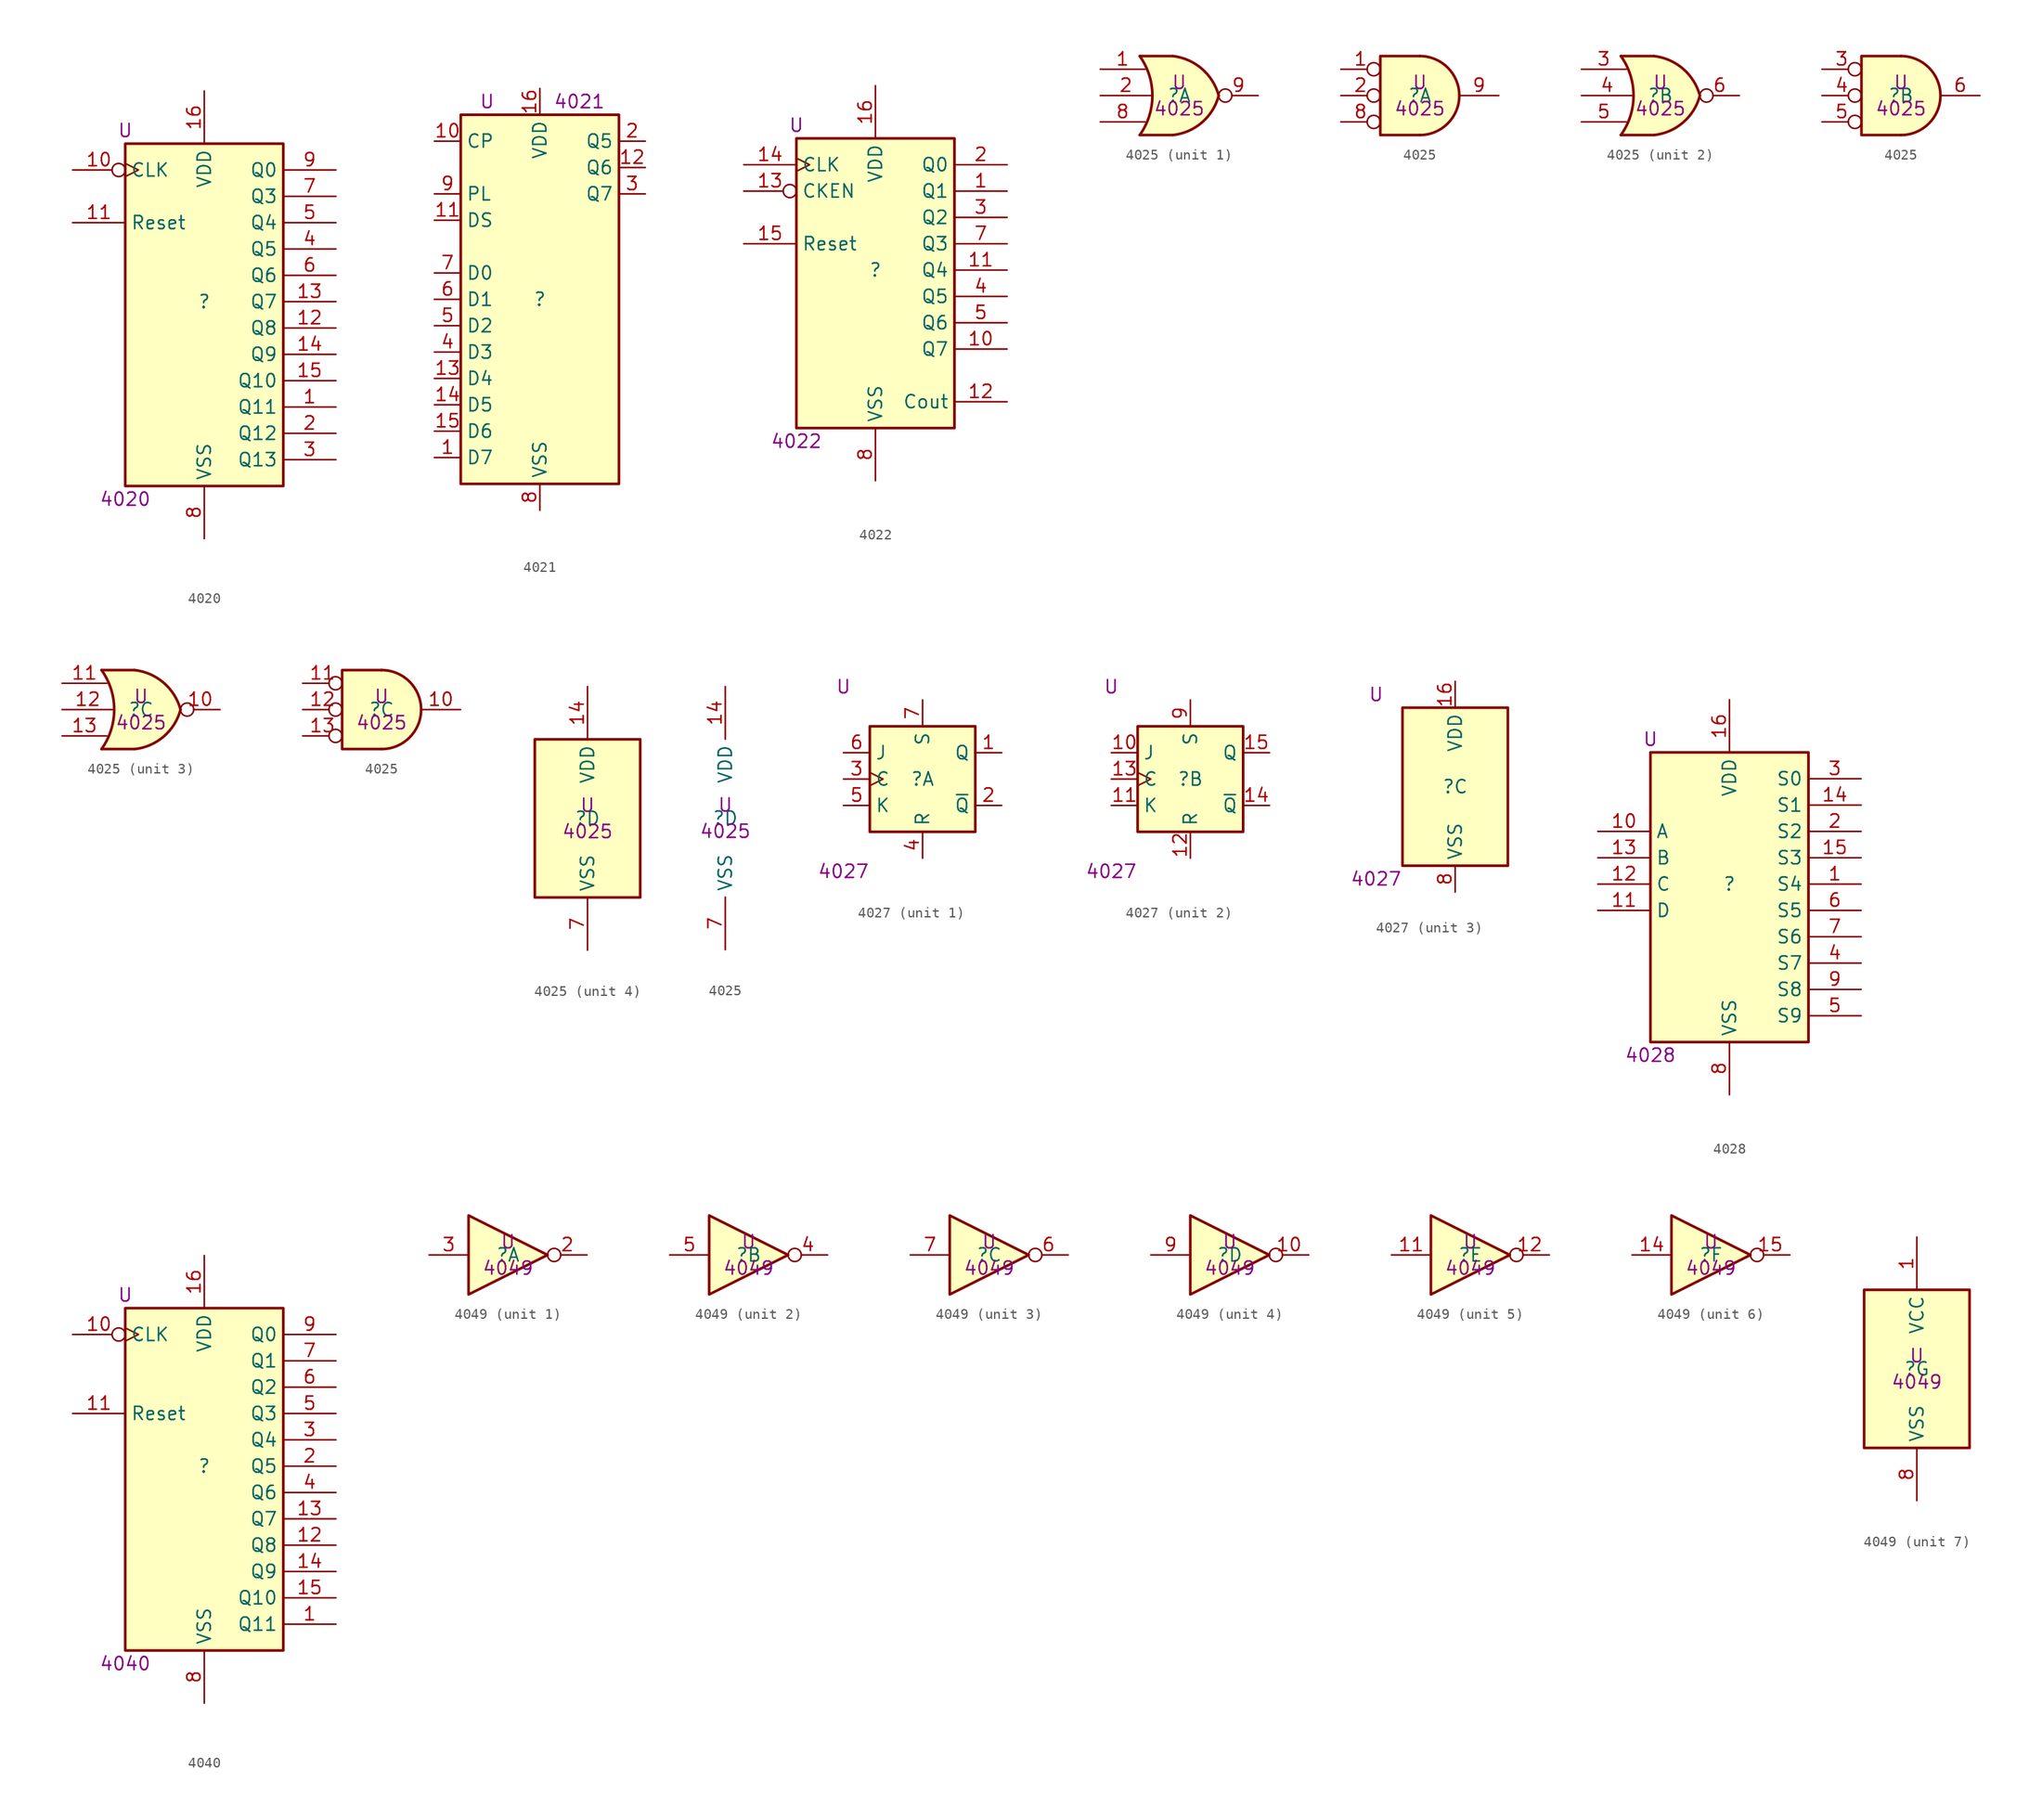
<source format=kicad_sym>
(kicad_symbol_lib
  (version 20200126)
  (host kicad_symbol_editor "(5.99.0-1075-g01a6d0067)")
  (symbol "4020"
    (property "ki_reference" "U"
      (at -7.62 16.51 0))
    (property "ki_value" "4020"
      (at -7.62 -19.05 0))
    (property "ki_locked" ""
      (at 0 0 0))
    (symbol "4020_1_1"
      (rectangle (start -7.62 15.24) (end 7.62 -17.78) (stroke (width 0.254)) (fill (type background))))
    (symbol "4020_1_0"
      (pin output line (at 12.7 -10.16 180) (length 5.08) (name "Q11") (number "1"))
      (pin input inverted_clock (at -12.7 12.7 0) (length 5.08) (name "CLK") (number "10"))
      (pin input line (at -12.7 7.62 0) (length 5.08) (name "Reset") (number "11"))
      (pin output line (at 12.7 -2.54 180) (length 5.08) (name "Q8") (number "12"))
      (pin output line (at 12.7 0 180) (length 5.08) (name "Q7") (number "13"))
      (pin output line (at 12.7 -5.08 180) (length 5.08) (name "Q9") (number "14"))
      (pin output line (at 12.7 -7.62 180) (length 5.08) (name "Q10") (number "15"))
      (pin power_in line (at 0 20.32 270) (length 5.08) (name "VDD") (number "16"))
      (pin output line (at 12.7 -12.7 180) (length 5.08) (name "Q12") (number "2"))
      (pin output line (at 12.7 -15.24 180) (length 5.08) (name "Q13") (number "3"))
      (pin output line (at 12.7 5.08 180) (length 5.08) (name "Q5") (number "4"))
      (pin output line (at 12.7 7.62 180) (length 5.08) (name "Q4") (number "5"))
      (pin output line (at 12.7 2.54 180) (length 5.08) (name "Q6") (number "6"))
      (pin output line (at 12.7 10.16 180) (length 5.08) (name "Q3") (number "7"))
      (pin power_in line (at 0 -22.86 90) (length 5.08) (name "VSS") (number "8"))
      (pin output line (at 12.7 12.7 180) (length 5.08) (name "Q0") (number "9"))))
  (symbol "4021"
    (pin_names
      (offset 0.508))
    (property "ki_reference" "U"
      (at -5.08 19.05 0))
    (property "ki_value" "4021"
      (at 3.81 19.05 0))
    (symbol "4021_0_1"
      (rectangle (start -7.62 17.78) (end 7.62 -17.78) (stroke (width 0.254)) (fill (type background))))
    (symbol "4021_1_1"
      (pin input line (at -10.16 -15.24 0) (length 2.54) (name "D7") (number "1"))
      (pin input line (at -10.16 15.24 0) (length 2.54) (name "CP") (number "10"))
      (pin input line (at -10.16 7.62 0) (length 2.54) (name "DS") (number "11"))
      (pin output line (at 10.16 12.7 180) (length 2.54) (name "Q6") (number "12"))
      (pin input line (at -10.16 -7.62 0) (length 2.54) (name "D4") (number "13"))
      (pin input line (at -10.16 -10.16 0) (length 2.54) (name "D5") (number "14"))
      (pin input line (at -10.16 -12.7 0) (length 2.54) (name "D6") (number "15"))
      (pin power_in line (at 0 20.32 270) (length 2.54) (name "VDD") (number "16"))
      (pin output line (at 10.16 15.24 180) (length 2.54) (name "Q5") (number "2"))
      (pin output line (at 10.16 10.16 180) (length 2.54) (name "Q7") (number "3"))
      (pin input line (at -10.16 -5.08 0) (length 2.54) (name "D3") (number "4"))
      (pin input line (at -10.16 -2.54 0) (length 2.54) (name "D2") (number "5"))
      (pin input line (at -10.16 0 0) (length 2.54) (name "D1") (number "6"))
      (pin input line (at -10.16 2.54 0) (length 2.54) (name "D0") (number "7"))
      (pin power_in line (at 0 -20.32 90) (length 2.54) (name "VSS") (number "8"))
      (pin input line (at -10.16 10.16 0) (length 2.54) (name "PL") (number "9"))))
  (symbol "4022"
    (property "ki_reference" "U"
      (at -7.62 13.97 0))
    (property "ki_value" "4022"
      (at -7.62 -16.51 0))
    (property "ki_locked" ""
      (at 0 0 0))
    (symbol "4022_1_1"
      (rectangle (start -7.62 12.7) (end 7.62 -15.24) (stroke (width 0.254)) (fill (type background))))
    (symbol "4022_1_0"
      (pin output line (at 12.7 7.62 180) (length 5.08) (name "Q1") (number "1"))
      (pin output line (at 12.7 -7.62 180) (length 5.08) (name "Q7") (number "10"))
      (pin output line (at 12.7 0 180) (length 5.08) (name "Q4") (number "11"))
      (pin output line (at 12.7 -12.7 180) (length 5.08) (name "Cout") (number "12"))
      (pin input inverted (at -12.7 7.62 0) (length 5.08) (name "CKEN") (number "13"))
      (pin input clock (at -12.7 10.16 0) (length 5.08) (name "CLK") (number "14"))
      (pin input line (at -12.7 2.54 0) (length 5.08) (name "Reset") (number "15"))
      (pin power_in line (at 0 17.78 270) (length 5.08) (name "VDD") (number "16"))
      (pin output line (at 12.7 10.16 180) (length 5.08) (name "Q0") (number "2"))
      (pin output line (at 12.7 5.08 180) (length 5.08) (name "Q2") (number "3"))
      (pin output line (at 12.7 -2.54 180) (length 5.08) (name "Q5") (number "4"))
      (pin output line (at 12.7 -5.08 180) (length 5.08) (name "Q6") (number "5"))
      (pin output line (at 12.7 2.54 180) (length 5.08) (name "Q3") (number "7"))
      (pin power_in line (at 0 -20.32 90) (length 5.08) (name "VSS") (number "8"))))
  (symbol "4025"
    (property "ki_reference" "U"
      (at 0 1.27 0))
    (property "ki_value" "4025"
      (at 0 -1.27 0))
    (property "ki_locked" ""
      (at 0 0 0))
    (symbol "4025_1_1"
      (arc (start -3.81 3.81) (end -3.81 -3.81) (radius (at -9.144 0) (length 6.5532) (angles 35.4 -35.4)) (stroke (width 0.254)))
      (arc (start 3.81 0) (end -0.6096 3.81) (radius (at -1.1938 -1.3208) (length 5.1816) (angles 15 83.7)) (stroke (width 0.254)) (fill (type background)))
      (arc (start 3.81 0) (end -0.6096 -3.81) (radius (at -1.1938 1.3208) (length 5.1816) (angles -15 -83.7)) (stroke (width 0.254)) (fill (type background)))
      (polyline (pts (xy -3.81 -3.81) (xy -0.635 -3.81)) (stroke (width 0.254)) (fill (type background)))
      (polyline (pts (xy -3.81 3.81) (xy -0.635 3.81)) (stroke (width 0.254)) (fill (type background)))
      (polyline (pts (xy -0.635 3.81) (xy -3.81 3.81) (xy -3.81 3.81) (xy -3.556 3.404) (xy -3.023 2.261) (xy -2.692 1.041) (xy -2.616 -0.254) (xy -2.769 -1.499) (xy -3.175 -2.718) (xy -3.81 -3.81) (xy -3.81 -3.81) (xy -0.635 -3.81)) (stroke (width -25.4)) (fill (type background)))
      (pin input line (at -7.62 2.54 0) (length 4.318) (name "~") (number "1"))
      (pin input line (at -7.62 0 0) (length 4.953) (name "~") (number "2"))
      (pin input line (at -7.62 -2.54 0) (length 4.318) (name "~") (number "8"))
      (pin output inverted (at 7.62 0 180) (length 3.81) (name "~") (number "9")))
    (symbol "4025_2_1"
      (arc (start -3.81 3.81) (end -3.81 -3.81) (radius (at -9.144 0) (length 6.5532) (angles 35.4 -35.4)) (stroke (width 0.254)))
      (arc (start 3.81 0) (end -0.6096 3.81) (radius (at -1.1938 -1.3208) (length 5.1816) (angles 15 83.7)) (stroke (width 0.254)) (fill (type background)))
      (arc (start 3.81 0) (end -0.6096 -3.81) (radius (at -1.1938 1.3208) (length 5.1816) (angles -15 -83.7)) (stroke (width 0.254)) (fill (type background)))
      (polyline (pts (xy -3.81 -3.81) (xy -0.635 -3.81)) (stroke (width 0.254)) (fill (type background)))
      (polyline (pts (xy -3.81 3.81) (xy -0.635 3.81)) (stroke (width 0.254)) (fill (type background)))
      (polyline (pts (xy -0.635 3.81) (xy -3.81 3.81) (xy -3.81 3.81) (xy -3.556 3.404) (xy -3.023 2.261) (xy -2.692 1.041) (xy -2.616 -0.254) (xy -2.769 -1.499) (xy -3.175 -2.718) (xy -3.81 -3.81) (xy -3.81 -3.81) (xy -0.635 -3.81)) (stroke (width -25.4)) (fill (type background)))
      (pin input line (at -7.62 2.54 0) (length 4.318) (name "~") (number "3"))
      (pin input line (at -7.62 0 0) (length 4.953) (name "~") (number "4"))
      (pin input line (at -7.62 -2.54 0) (length 4.318) (name "~") (number "5"))
      (pin output inverted (at 7.62 0 180) (length 3.81) (name "~") (number "6")))
    (symbol "4025_3_1"
      (arc (start -3.81 3.81) (end -3.81 -3.81) (radius (at -9.144 0) (length 6.5532) (angles 35.4 -35.4)) (stroke (width 0.254)))
      (arc (start 3.81 0) (end -0.6096 3.81) (radius (at -1.1938 -1.3208) (length 5.1816) (angles 15 83.7)) (stroke (width 0.254)) (fill (type background)))
      (arc (start 3.81 0) (end -0.6096 -3.81) (radius (at -1.1938 1.3208) (length 5.1816) (angles -15 -83.7)) (stroke (width 0.254)) (fill (type background)))
      (polyline (pts (xy -3.81 -3.81) (xy -0.635 -3.81)) (stroke (width 0.254)) (fill (type background)))
      (polyline (pts (xy -3.81 3.81) (xy -0.635 3.81)) (stroke (width 0.254)) (fill (type background)))
      (polyline (pts (xy -0.635 3.81) (xy -3.81 3.81) (xy -3.81 3.81) (xy -3.556 3.404) (xy -3.023 2.261) (xy -2.692 1.041) (xy -2.616 -0.254) (xy -2.769 -1.499) (xy -3.175 -2.718) (xy -3.81 -3.81) (xy -3.81 -3.81) (xy -0.635 -3.81)) (stroke (width -25.4)) (fill (type background)))
      (pin output inverted (at 7.62 0 180) (length 3.81) (name "~") (number "10"))
      (pin input line (at -7.62 2.54 0) (length 4.318) (name "~") (number "11"))
      (pin input line (at -7.62 0 0) (length 4.953) (name "~") (number "12"))
      (pin input line (at -7.62 -2.54 0) (length 4.318) (name "~") (number "13")))
    (symbol "4025_1_2"
      (arc (start 0 -3.81) (end 0 3.81) (radius (at 0 0) (length 3.81) (angles -89.9 89.9)) (stroke (width 0.254)) (fill (type background)))
      (polyline (pts (xy 0 3.81) (xy -3.81 3.81) (xy -3.81 -3.81) (xy 0 -3.81)) (stroke (width 0.254)) (fill (type background)))
      (pin input inverted (at -7.62 2.54 0) (length 3.81) (name "~") (number "1"))
      (pin input inverted (at -7.62 0 0) (length 3.81) (name "~") (number "2"))
      (pin input inverted (at -7.62 -2.54 0) (length 3.81) (name "~") (number "8"))
      (pin output line (at 7.62 0 180) (length 3.81) (name "~") (number "9")))
    (symbol "4025_2_2"
      (arc (start 0 -3.81) (end 0 3.81) (radius (at 0 0) (length 3.81) (angles -89.9 89.9)) (stroke (width 0.254)) (fill (type background)))
      (polyline (pts (xy 0 3.81) (xy -3.81 3.81) (xy -3.81 -3.81) (xy 0 -3.81)) (stroke (width 0.254)) (fill (type background)))
      (pin input inverted (at -7.62 2.54 0) (length 3.81) (name "~") (number "3"))
      (pin input inverted (at -7.62 0 0) (length 3.81) (name "~") (number "4"))
      (pin input inverted (at -7.62 -2.54 0) (length 3.81) (name "~") (number "5"))
      (pin output line (at 7.62 0 180) (length 3.81) (name "~") (number "6")))
    (symbol "4025_3_2"
      (arc (start 0 -3.81) (end 0 3.81) (radius (at 0 0) (length 3.81) (angles -89.9 89.9)) (stroke (width 0.254)) (fill (type background)))
      (polyline (pts (xy 0 3.81) (xy -3.81 3.81) (xy -3.81 -3.81) (xy 0 -3.81)) (stroke (width 0.254)) (fill (type background)))
      (pin output line (at 7.62 0 180) (length 3.81) (name "~") (number "10"))
      (pin input inverted (at -7.62 2.54 0) (length 3.81) (name "~") (number "11"))
      (pin input inverted (at -7.62 0 0) (length 3.81) (name "~") (number "12"))
      (pin input inverted (at -7.62 -2.54 0) (length 3.81) (name "~") (number "13")))
    (symbol "4025_4_1"
      (rectangle (start -5.08 7.62) (end 5.08 -7.62) (stroke (width 0.254)) (fill (type background))))
    (symbol "4025_4_0"
      (pin power_in line (at 0 12.7 270) (length 5.08) (name "VDD") (number "14"))
      (pin power_in line (at 0 -12.7 90) (length 5.08) (name "VSS") (number "7"))))
  (symbol "4027"
    (property "ki_reference" "U"
      (at -7.62 8.89 0))
    (property "ki_value" "4027"
      (at -7.62 -8.89 0))
    (property "ki_locked" ""
      (at 0 0 0))
    (symbol "4027_1_1"
      (rectangle (start -5.08 5.08) (end 5.08 -5.08) (stroke (width 0.254)) (fill (type background)))
      (pin output line (at 7.62 2.54 180) (length 2.54) (name "Q") (number "1"))
      (pin output line (at 7.62 -2.54 180) (length 2.54) (name "~Q") (number "2"))
      (pin input clock (at -7.62 0 0) (length 2.54) (name "C") (number "3"))
      (pin input line (at 0 -7.62 90) (length 2.54) (name "R") (number "4"))
      (pin input line (at -7.62 -2.54 0) (length 2.54) (name "K") (number "5"))
      (pin input line (at -7.62 2.54 0) (length 2.54) (name "J") (number "6"))
      (pin input line (at 0 7.62 270) (length 2.54) (name "S") (number "7")))
    (symbol "4027_2_1"
      (rectangle (start -5.08 5.08) (end 5.08 -5.08) (stroke (width 0.254)) (fill (type background)))
      (pin input line (at -7.62 2.54 0) (length 2.54) (name "J") (number "10"))
      (pin input line (at -7.62 -2.54 0) (length 2.54) (name "K") (number "11"))
      (pin input line (at 0 -7.62 90) (length 2.54) (name "R") (number "12"))
      (pin input clock (at -7.62 0 0) (length 2.54) (name "C") (number "13"))
      (pin output line (at 7.62 -2.54 180) (length 2.54) (name "~Q") (number "14"))
      (pin output line (at 7.62 2.54 180) (length 2.54) (name "Q") (number "15"))
      (pin input line (at 0 7.62 270) (length 2.54) (name "S") (number "9")))
    (symbol "4027_3_1"
      (rectangle (start -5.08 7.62) (end 5.08 -7.62) (stroke (width 0.254)) (fill (type background))))
    (symbol "4027_3_0"
      (pin power_in line (at 0 10.16 270) (length 2.54) (name "VDD") (number "16"))
      (pin power_in line (at 0 -10.16 90) (length 2.54) (name "VSS") (number "8"))))
  (symbol "4028"
    (property "ki_reference" "U"
      (at -7.62 13.97 0))
    (property "ki_value" "4028"
      (at -7.62 -16.51 0))
    (property "ki_locked" ""
      (at 0 0 0))
    (symbol "4028_1_1"
      (rectangle (start -7.62 12.7) (end 7.62 -15.24) (stroke (width 0.254)) (fill (type background))))
    (symbol "4028_1_0"
      (pin output line (at 12.7 0 180) (length 5.08) (name "S4") (number "1"))
      (pin input line (at -12.7 5.08 0) (length 5.08) (name "A") (number "10"))
      (pin input line (at -12.7 -2.54 0) (length 5.08) (name "D") (number "11"))
      (pin input line (at -12.7 0 0) (length 5.08) (name "C") (number "12"))
      (pin input line (at -12.7 2.54 0) (length 5.08) (name "B") (number "13"))
      (pin output line (at 12.7 7.62 180) (length 5.08) (name "S1") (number "14"))
      (pin output line (at 12.7 2.54 180) (length 5.08) (name "S3") (number "15"))
      (pin power_in line (at 0 17.78 270) (length 5.08) (name "VDD") (number "16"))
      (pin output line (at 12.7 5.08 180) (length 5.08) (name "S2") (number "2"))
      (pin output line (at 12.7 10.16 180) (length 5.08) (name "S0") (number "3"))
      (pin output line (at 12.7 -7.62 180) (length 5.08) (name "S7") (number "4"))
      (pin output line (at 12.7 -12.7 180) (length 5.08) (name "S9") (number "5"))
      (pin output line (at 12.7 -2.54 180) (length 5.08) (name "S5") (number "6"))
      (pin output line (at 12.7 -5.08 180) (length 5.08) (name "S6") (number "7"))
      (pin power_in line (at 0 -20.32 90) (length 5.08) (name "VSS") (number "8"))
      (pin output line (at 12.7 -10.16 180) (length 5.08) (name "S8") (number "9"))))
  (symbol "4040"
    (property "ki_reference" "U"
      (at -7.62 16.51 0))
    (property "ki_value" "4040"
      (at -7.62 -19.05 0))
    (property "ki_locked" ""
      (at 0 0 0))
    (symbol "4040_1_1"
      (rectangle (start -7.62 15.24) (end 7.62 -17.78) (stroke (width 0.254)) (fill (type background))))
    (symbol "4040_1_0"
      (pin output line (at 12.7 -15.24 180) (length 5.08) (name "Q11") (number "1"))
      (pin input inverted_clock (at -12.7 12.7 0) (length 5.08) (name "CLK") (number "10"))
      (pin input line (at -12.7 5.08 0) (length 5.08) (name "Reset") (number "11"))
      (pin output line (at 12.7 -7.62 180) (length 5.08) (name "Q8") (number "12"))
      (pin output line (at 12.7 -5.08 180) (length 5.08) (name "Q7") (number "13"))
      (pin output line (at 12.7 -10.16 180) (length 5.08) (name "Q9") (number "14"))
      (pin output line (at 12.7 -12.7 180) (length 5.08) (name "Q10") (number "15"))
      (pin power_in line (at 0 20.32 270) (length 5.08) (name "VDD") (number "16"))
      (pin output line (at 12.7 0 180) (length 5.08) (name "Q5") (number "2"))
      (pin output line (at 12.7 2.54 180) (length 5.08) (name "Q4") (number "3"))
      (pin output line (at 12.7 -2.54 180) (length 5.08) (name "Q6") (number "4"))
      (pin output line (at 12.7 5.08 180) (length 5.08) (name "Q3") (number "5"))
      (pin output line (at 12.7 7.62 180) (length 5.08) (name "Q2") (number "6"))
      (pin output line (at 12.7 10.16 180) (length 5.08) (name "Q1") (number "7"))
      (pin power_in line (at 0 -22.86 90) (length 5.08) (name "VSS") (number "8"))
      (pin output line (at 12.7 12.7 180) (length 5.08) (name "Q0") (number "9"))))
  (symbol "4049"
    (property "ki_reference" "U"
      (at 0 1.27 0))
    (property "ki_value" "4049"
      (at 0 -1.27 0))
    (property "ki_locked" ""
      (at 0 0 0))
    (symbol "4049_7_1"
      (rectangle (start -5.08 7.62) (end 5.08 -7.62) (stroke (width 0.254)) (fill (type background))))
    (symbol "4049_1_0"
      (polyline (pts (xy -3.81 3.81) (xy -3.81 -3.81) (xy 3.81 0) (xy -3.81 3.81)) (stroke (width 0.254)) (fill (type background)))
      (pin output inverted (at 7.62 0 180) (length 3.81) (name "~") (number "2"))
      (pin input line (at -7.62 0 0) (length 3.81) (name "~") (number "3")))
    (symbol "4049_2_0"
      (polyline (pts (xy -3.81 3.81) (xy -3.81 -3.81) (xy 3.81 0) (xy -3.81 3.81)) (stroke (width 0.254)) (fill (type background)))
      (pin output inverted (at 7.62 0 180) (length 3.81) (name "~") (number "4"))
      (pin input line (at -7.62 0 0) (length 3.81) (name "~") (number "5")))
    (symbol "4049_3_0"
      (polyline (pts (xy -3.81 3.81) (xy -3.81 -3.81) (xy 3.81 0) (xy -3.81 3.81)) (stroke (width 0.254)) (fill (type background)))
      (pin output inverted (at 7.62 0 180) (length 3.81) (name "~") (number "6"))
      (pin input line (at -7.62 0 0) (length 3.81) (name "~") (number "7")))
    (symbol "4049_4_0"
      (polyline (pts (xy -3.81 3.81) (xy -3.81 -3.81) (xy 3.81 0) (xy -3.81 3.81)) (stroke (width 0.254)) (fill (type background)))
      (pin output inverted (at 7.62 0 180) (length 3.81) (name "~") (number "10"))
      (pin input line (at -7.62 0 0) (length 3.81) (name "~") (number "9")))
    (symbol "4049_5_0"
      (polyline (pts (xy -3.81 3.81) (xy -3.81 -3.81) (xy 3.81 0) (xy -3.81 3.81)) (stroke (width 0.254)) (fill (type background)))
      (pin input line (at -7.62 0 0) (length 3.81) (name "~") (number "11"))
      (pin output inverted (at 7.62 0 180) (length 3.81) (name "~") (number "12")))
    (symbol "4049_6_0"
      (polyline (pts (xy -3.81 3.81) (xy -3.81 -3.81) (xy 3.81 0) (xy -3.81 3.81)) (stroke (width 0.254)) (fill (type background)))
      (pin input line (at -7.62 0 0) (length 3.81) (name "~") (number "14"))
      (pin output inverted (at 7.62 0 180) (length 3.81) (name "~") (number "15")))
    (symbol "4049_7_0"
      (pin power_in line (at 0 12.7 270) (length 5.08) (name "VCC") (number "1"))
      (pin power_in line (at 0 -12.7 90) (length 5.08) (name "VSS") (number "8")))))
</source>
